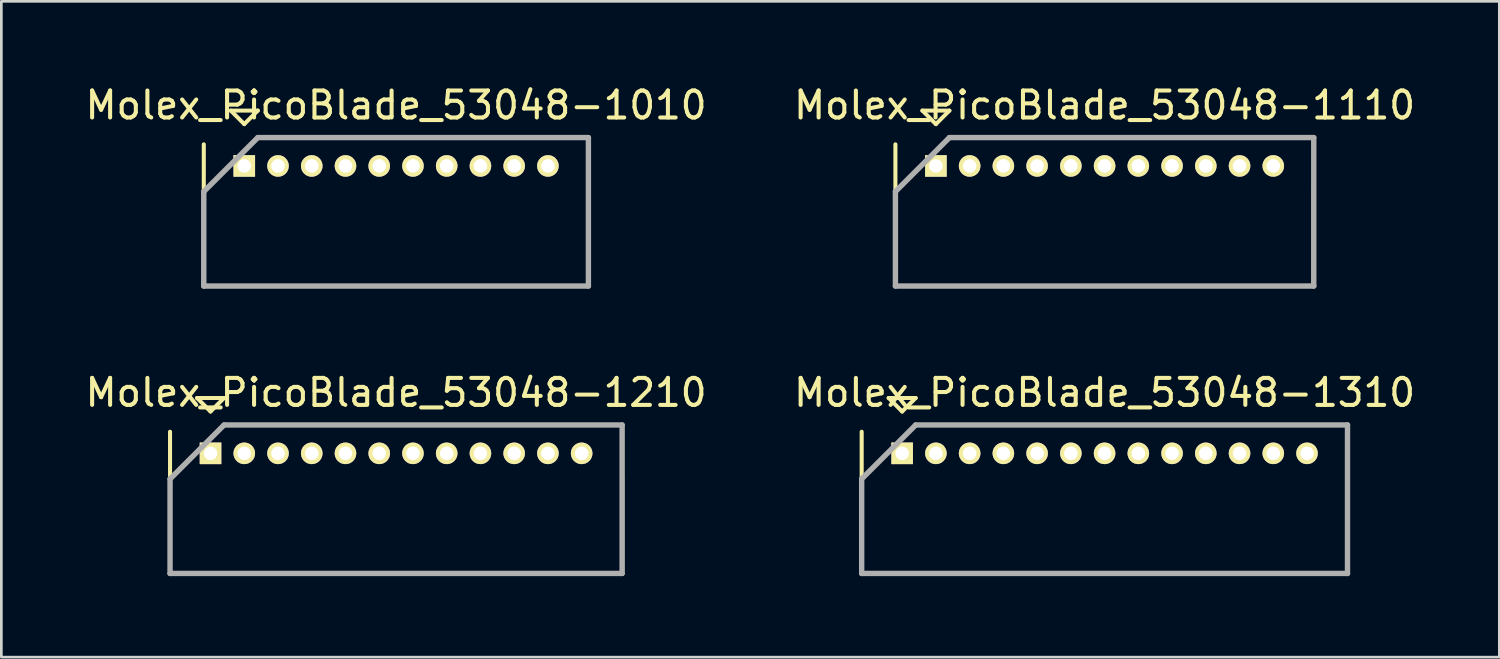
<source format=kicad_pcb>
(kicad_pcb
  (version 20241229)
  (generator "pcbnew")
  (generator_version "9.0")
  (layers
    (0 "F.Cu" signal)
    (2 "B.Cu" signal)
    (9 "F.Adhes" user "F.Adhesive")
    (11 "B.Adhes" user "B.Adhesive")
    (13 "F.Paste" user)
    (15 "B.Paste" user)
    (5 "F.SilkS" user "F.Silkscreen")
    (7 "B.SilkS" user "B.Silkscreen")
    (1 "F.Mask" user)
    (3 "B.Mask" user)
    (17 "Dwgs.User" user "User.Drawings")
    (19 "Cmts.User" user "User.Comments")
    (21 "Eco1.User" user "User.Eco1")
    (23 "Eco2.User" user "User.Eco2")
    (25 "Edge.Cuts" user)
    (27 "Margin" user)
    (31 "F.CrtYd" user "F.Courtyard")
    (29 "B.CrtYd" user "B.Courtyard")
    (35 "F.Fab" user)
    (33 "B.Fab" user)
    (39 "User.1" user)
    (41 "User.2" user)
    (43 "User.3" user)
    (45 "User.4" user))
  (footprint "Molex_PicoBlade_53048-1210"
    (layer "F.Cu")
    (at 4.75 13.746)
    (property "Reference" "Molex_PicoBlade_53048-1210" (at 6.875 -2.25 0) (layer "F.SilkS") (effects (font (size 1 1) (thickness 0.15))))
    (attr through_hole)
    (fp_line (start -1.5 -0.8) (end -1.5 4.45) (stroke (width 0.15) (type solid)) (layer "F.SilkS"))
    (fp_line (start -1.5 4.45) (end 15.25 4.45) (stroke (width 0.15) (type solid)) (layer "F.SilkS"))
    (fp_line (start -0.5 -2.05) (end 0.5 -2.05) (stroke (width 0.15) (type solid)) (layer "F.SilkS"))
    (fp_line (start 0 -1.55) (end -0.5 -2.05) (stroke (width 0.15) (type solid)) (layer "F.SilkS"))
    (fp_line (start 0.5 -2.05) (end 0 -1.55) (stroke (width 0.15) (type solid)) (layer "F.SilkS"))
    (fp_line (start 15.25 4.45) (end 15.25 0.8) (stroke (width 0.15) (type solid)) (layer "F.SilkS"))
    (fp_line (start -1.5 0.95) (end -1.5 4.45) (stroke (width 0.2) (type solid)) (layer "F.Fab"))
    (fp_line (start -1.5 4.45) (end 15.25 4.45) (stroke (width 0.2) (type solid)) (layer "F.Fab"))
    (fp_line (start 0.5 -1.05) (end -1.5 0.95) (stroke (width 0.2) (type solid)) (layer "F.Fab"))
    (fp_line (start 15.25 -1.05) (end 0.5 -1.05) (stroke (width 0.2) (type solid)) (layer "F.Fab"))
    (fp_line (start 15.25 4.45) (end 15.25 -1.05) (stroke (width 0.2) (type solid)) (layer "F.Fab"))
    (pad "1" thru_hole rect (at 0 0) (size 0.8 0.8) (drill 0.5) (layers "*.Cu" "*.Mask" "F.SilkS"))
    (pad "2" thru_hole oval (at 1.25 0) (size 0.8 0.8) (drill 0.5) (layers "*.Cu" "*.Mask" "F.SilkS"))
    (pad "3" thru_hole oval (at 2.5 0) (size 0.8 0.8) (drill 0.5) (layers "*.Cu" "*.Mask" "F.SilkS"))
    (pad "4" thru_hole oval (at 3.75 0) (size 0.8 0.8) (drill 0.5) (layers "*.Cu" "*.Mask" "F.SilkS"))
    (pad "5" thru_hole oval (at 5 0) (size 0.8 0.8) (drill 0.5) (layers "*.Cu" "*.Mask" "F.SilkS"))
    (pad "6" thru_hole oval (at 6.25 0) (size 0.8 0.8) (drill 0.5) (layers "*.Cu" "*.Mask" "F.SilkS"))
    (pad "7" thru_hole oval (at 7.5 0) (size 0.8 0.8) (drill 0.5) (layers "*.Cu" "*.Mask" "F.SilkS"))
    (pad "8" thru_hole oval (at 8.75 0) (size 0.8 0.8) (drill 0.5) (layers "*.Cu" "*.Mask" "F.SilkS"))
    (pad "9" thru_hole oval (at 10 0) (size 0.8 0.8) (drill 0.5) (layers "*.Cu" "*.Mask" "F.SilkS"))
    (pad "10" thru_hole oval (at 11.25 0) (size 0.8 0.8) (drill 0.5) (layers "*.Cu" "*.Mask" "F.SilkS"))
    (pad "11" thru_hole oval (at 12.5 0) (size 0.8 0.8) (drill 0.5) (layers "*.Cu" "*.Mask" "F.SilkS"))
    (pad "12" thru_hole oval (at 13.75 0) (size 0.8 0.8) (drill 0.5) (layers "*.Cu" "*.Mask" "F.SilkS")))
  (footprint "Molex_PicoBlade_53048-1110"
    (layer "F.Cu")
    (at 31.625 3.098)
    (property "Reference" "Molex_PicoBlade_53048-1110" (at 6.25 -2.25 0) (layer "F.SilkS") (effects (font (size 1 1) (thickness 0.15))))
    (attr through_hole)
    (fp_line (start -1.5 -0.8) (end -1.5 4.45) (stroke (width 0.15) (type solid)) (layer "F.SilkS"))
    (fp_line (start -1.5 4.45) (end 14 4.45) (stroke (width 0.15) (type solid)) (layer "F.SilkS"))
    (fp_line (start -0.5 -2.05) (end 0.5 -2.05) (stroke (width 0.15) (type solid)) (layer "F.SilkS"))
    (fp_line (start 0 -1.55) (end -0.5 -2.05) (stroke (width 0.15) (type solid)) (layer "F.SilkS"))
    (fp_line (start 0.5 -2.05) (end 0 -1.55) (stroke (width 0.15) (type solid)) (layer "F.SilkS"))
    (fp_line (start 14 4.45) (end 14 0.8) (stroke (width 0.15) (type solid)) (layer "F.SilkS"))
    (fp_line (start -1.5 0.95) (end -1.5 4.45) (stroke (width 0.2) (type solid)) (layer "F.Fab"))
    (fp_line (start -1.5 4.45) (end 14 4.45) (stroke (width 0.2) (type solid)) (layer "F.Fab"))
    (fp_line (start 0.5 -1.05) (end -1.5 0.95) (stroke (width 0.2) (type solid)) (layer "F.Fab"))
    (fp_line (start 14 -1.05) (end 0.5 -1.05) (stroke (width 0.2) (type solid)) (layer "F.Fab"))
    (fp_line (start 14 4.45) (end 14 -1.05) (stroke (width 0.2) (type solid)) (layer "F.Fab"))
    (pad "1" thru_hole rect (at 0 0) (size 0.8 0.8) (drill 0.5) (layers "*.Cu" "*.Mask" "F.SilkS"))
    (pad "2" thru_hole oval (at 1.25 0) (size 0.8 0.8) (drill 0.5) (layers "*.Cu" "*.Mask" "F.SilkS"))
    (pad "3" thru_hole oval (at 2.5 0) (size 0.8 0.8) (drill 0.5) (layers "*.Cu" "*.Mask" "F.SilkS"))
    (pad "4" thru_hole oval (at 3.75 0) (size 0.8 0.8) (drill 0.5) (layers "*.Cu" "*.Mask" "F.SilkS"))
    (pad "5" thru_hole oval (at 5 0) (size 0.8 0.8) (drill 0.5) (layers "*.Cu" "*.Mask" "F.SilkS"))
    (pad "6" thru_hole oval (at 6.25 0) (size 0.8 0.8) (drill 0.5) (layers "*.Cu" "*.Mask" "F.SilkS"))
    (pad "7" thru_hole oval (at 7.5 0) (size 0.8 0.8) (drill 0.5) (layers "*.Cu" "*.Mask" "F.SilkS"))
    (pad "8" thru_hole oval (at 8.75 0) (size 0.8 0.8) (drill 0.5) (layers "*.Cu" "*.Mask" "F.SilkS"))
    (pad "9" thru_hole oval (at 10 0) (size 0.8 0.8) (drill 0.5) (layers "*.Cu" "*.Mask" "F.SilkS"))
    (pad "10" thru_hole oval (at 11.25 0) (size 0.8 0.8) (drill 0.5) (layers "*.Cu" "*.Mask" "F.SilkS"))
    (pad "11" thru_hole oval (at 12.5 0) (size 0.8 0.8) (drill 0.5) (layers "*.Cu" "*.Mask" "F.SilkS")))
  (footprint "Molex_PicoBlade_53048-1010"
    (layer "F.Cu")
    (at 6 3.098)
    (property "Reference" "Molex_PicoBlade_53048-1010" (at 5.625 -2.25 0) (layer "F.SilkS") (effects (font (size 1 1) (thickness 0.15))))
    (attr through_hole)
    (fp_line (start -1.5 -0.8) (end -1.5 4.45) (stroke (width 0.15) (type solid)) (layer "F.SilkS"))
    (fp_line (start -1.5 4.45) (end 12.75 4.45) (stroke (width 0.15) (type solid)) (layer "F.SilkS"))
    (fp_line (start -0.5 -2.05) (end 0.5 -2.05) (stroke (width 0.15) (type solid)) (layer "F.SilkS"))
    (fp_line (start 0 -1.55) (end -0.5 -2.05) (stroke (width 0.15) (type solid)) (layer "F.SilkS"))
    (fp_line (start 0.5 -2.05) (end 0 -1.55) (stroke (width 0.15) (type solid)) (layer "F.SilkS"))
    (fp_line (start 12.75 4.45) (end 12.75 0.8) (stroke (width 0.15) (type solid)) (layer "F.SilkS"))
    (fp_line (start -1.5 0.95) (end -1.5 4.45) (stroke (width 0.2) (type solid)) (layer "F.Fab"))
    (fp_line (start -1.5 4.45) (end 12.75 4.45) (stroke (width 0.2) (type solid)) (layer "F.Fab"))
    (fp_line (start 0.5 -1.05) (end -1.5 0.95) (stroke (width 0.2) (type solid)) (layer "F.Fab"))
    (fp_line (start 12.75 -1.05) (end 0.5 -1.05) (stroke (width 0.2) (type solid)) (layer "F.Fab"))
    (fp_line (start 12.75 4.45) (end 12.75 -1.05) (stroke (width 0.2) (type solid)) (layer "F.Fab"))
    (pad "1" thru_hole rect (at 0 0) (size 0.8 0.8) (drill 0.5) (layers "*.Cu" "*.Mask" "F.SilkS"))
    (pad "2" thru_hole oval (at 1.25 0) (size 0.8 0.8) (drill 0.5) (layers "*.Cu" "*.Mask" "F.SilkS"))
    (pad "3" thru_hole oval (at 2.5 0) (size 0.8 0.8) (drill 0.5) (layers "*.Cu" "*.Mask" "F.SilkS"))
    (pad "4" thru_hole oval (at 3.75 0) (size 0.8 0.8) (drill 0.5) (layers "*.Cu" "*.Mask" "F.SilkS"))
    (pad "5" thru_hole oval (at 5 0) (size 0.8 0.8) (drill 0.5) (layers "*.Cu" "*.Mask" "F.SilkS"))
    (pad "6" thru_hole oval (at 6.25 0) (size 0.8 0.8) (drill 0.5) (layers "*.Cu" "*.Mask" "F.SilkS"))
    (pad "7" thru_hole oval (at 7.5 0) (size 0.8 0.8) (drill 0.5) (layers "*.Cu" "*.Mask" "F.SilkS"))
    (pad "8" thru_hole oval (at 8.75 0) (size 0.8 0.8) (drill 0.5) (layers "*.Cu" "*.Mask" "F.SilkS"))
    (pad "9" thru_hole oval (at 10 0) (size 0.8 0.8) (drill 0.5) (layers "*.Cu" "*.Mask" "F.SilkS"))
    (pad "10" thru_hole oval (at 11.25 0) (size 0.8 0.8) (drill 0.5) (layers "*.Cu" "*.Mask" "F.SilkS")))
  (footprint "Molex_PicoBlade_53048-1310"
    (layer "F.Cu")
    (at 30.375 13.746)
    (property "Reference" "Molex_PicoBlade_53048-1310" (at 7.5 -2.25 0) (layer "F.SilkS") (effects (font (size 1 1) (thickness 0.15))))
    (attr through_hole)
    (fp_line (start -1.5 -0.8) (end -1.5 4.45) (stroke (width 0.15) (type solid)) (layer "F.SilkS"))
    (fp_line (start -1.5 4.45) (end 16.5 4.45) (stroke (width 0.15) (type solid)) (layer "F.SilkS"))
    (fp_line (start -0.5 -2.05) (end 0.5 -2.05) (stroke (width 0.15) (type solid)) (layer "F.SilkS"))
    (fp_line (start 0 -1.55) (end -0.5 -2.05) (stroke (width 0.15) (type solid)) (layer "F.SilkS"))
    (fp_line (start 0.5 -2.05) (end 0 -1.55) (stroke (width 0.15) (type solid)) (layer "F.SilkS"))
    (fp_line (start 16.5 4.45) (end 16.5 0.8) (stroke (width 0.15) (type solid)) (layer "F.SilkS"))
    (fp_line (start -1.5 0.95) (end -1.5 4.45) (stroke (width 0.2) (type solid)) (layer "F.Fab"))
    (fp_line (start -1.5 4.45) (end 16.5 4.45) (stroke (width 0.2) (type solid)) (layer "F.Fab"))
    (fp_line (start 0.5 -1.05) (end -1.5 0.95) (stroke (width 0.2) (type solid)) (layer "F.Fab"))
    (fp_line (start 16.5 -1.05) (end 0.5 -1.05) (stroke (width 0.2) (type solid)) (layer "F.Fab"))
    (fp_line (start 16.5 4.45) (end 16.5 -1.05) (stroke (width 0.2) (type solid)) (layer "F.Fab"))
    (pad "1" thru_hole rect (at 0 0) (size 0.8 0.8) (drill 0.5) (layers "*.Cu" "*.Mask" "F.SilkS"))
    (pad "2" thru_hole oval (at 1.25 0) (size 0.8 0.8) (drill 0.5) (layers "*.Cu" "*.Mask" "F.SilkS"))
    (pad "3" thru_hole oval (at 2.5 0) (size 0.8 0.8) (drill 0.5) (layers "*.Cu" "*.Mask" "F.SilkS"))
    (pad "4" thru_hole oval (at 3.75 0) (size 0.8 0.8) (drill 0.5) (layers "*.Cu" "*.Mask" "F.SilkS"))
    (pad "5" thru_hole oval (at 5 0) (size 0.8 0.8) (drill 0.5) (layers "*.Cu" "*.Mask" "F.SilkS"))
    (pad "6" thru_hole oval (at 6.25 0) (size 0.8 0.8) (drill 0.5) (layers "*.Cu" "*.Mask" "F.SilkS"))
    (pad "7" thru_hole oval (at 7.5 0) (size 0.8 0.8) (drill 0.5) (layers "*.Cu" "*.Mask" "F.SilkS"))
    (pad "8" thru_hole oval (at 8.75 0) (size 0.8 0.8) (drill 0.5) (layers "*.Cu" "*.Mask" "F.SilkS"))
    (pad "9" thru_hole oval (at 10 0) (size 0.8 0.8) (drill 0.5) (layers "*.Cu" "*.Mask" "F.SilkS"))
    (pad "10" thru_hole oval (at 11.25 0) (size 0.8 0.8) (drill 0.5) (layers "*.Cu" "*.Mask" "F.SilkS"))
    (pad "11" thru_hole oval (at 12.5 0) (size 0.8 0.8) (drill 0.5) (layers "*.Cu" "*.Mask" "F.SilkS"))
    (pad "12" thru_hole oval (at 13.75 0) (size 0.8 0.8) (drill 0.5) (layers "*.Cu" "*.Mask" "F.SilkS"))
    (pad "13" thru_hole oval (at 15 0) (size 0.8 0.8) (drill 0.5) (layers "*.Cu" "*.Mask" "F.SilkS")))
  (gr_rect
    (start -3 -3)
    (end 52.5 21.297)
    (stroke (width 0.1) (type default))
    (fill no)
    (layer "Edge.Cuts")))
</source>
